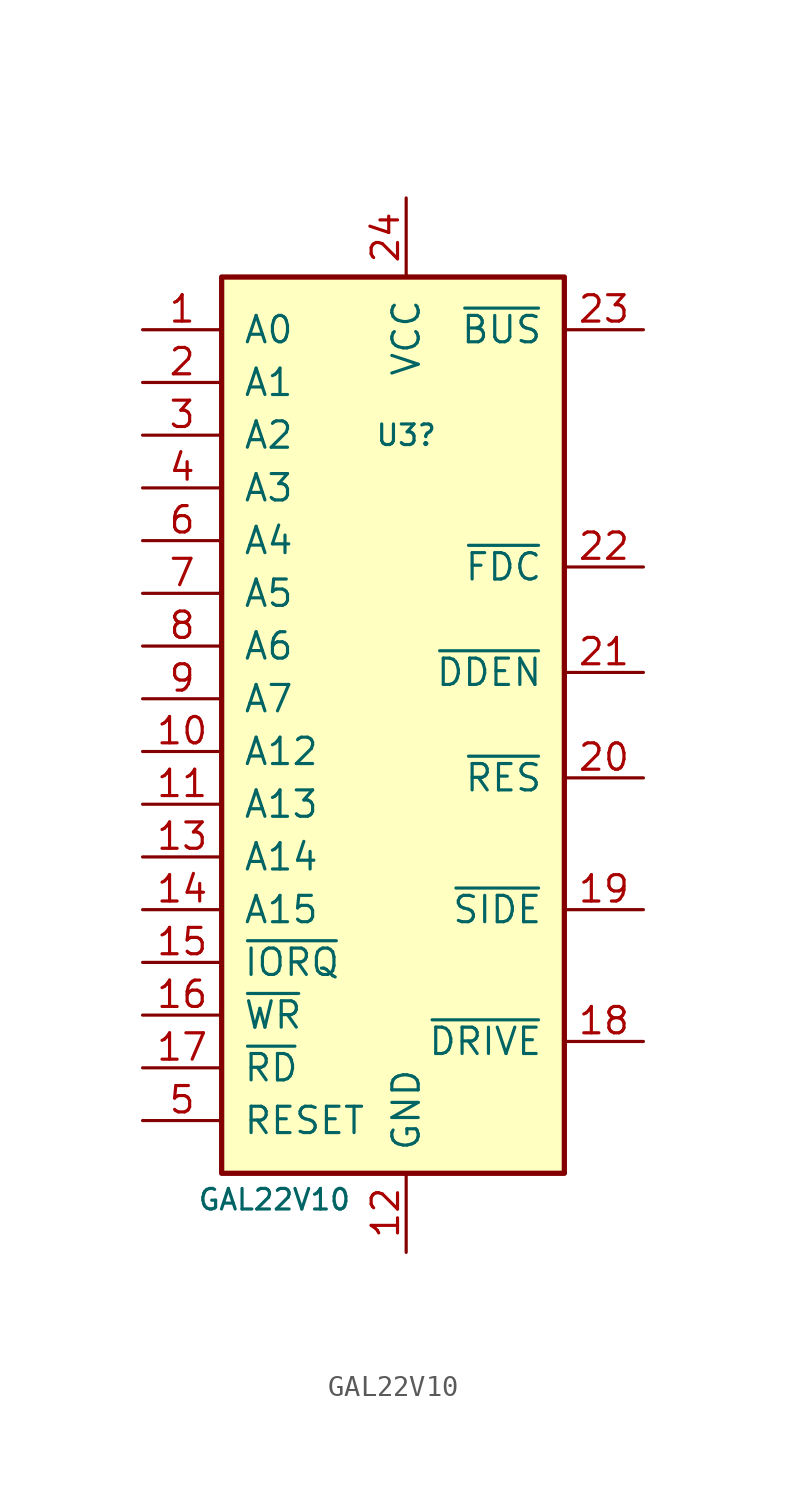
<source format=kicad_sym>
(kicad_symbol_lib
  (version 20220914)
  (generator kicad_symbol_editor)
  (symbol "GAL22V10"
    (pin_names
      (offset 1.016))
    (property "Reference" "U3"
      (at 0 7.62 0)
      (effects (font (size 0.991 0.991))))
    (property "Value" "GAL22V10"
      (at -6.35 -29.21 0)
      (effects (font (size 0.991 0.991))))
    (symbol "GAL22V10_0_0"
      (pin power_in line (at 0 -31.75 90) (length 3.81) (name "GND" (effects (font (size 1.27 1.27)))) (number "12" (effects (font (size 1.27 1.27)))))
      (pin power_in line (at 0 19.05 270) (length 3.81) (name "VCC" (effects (font (size 1.27 1.27)))) (number "24" (effects (font (size 1.27 1.27))))))
    (symbol "GAL22V10_0_1"
      (rectangle (start -8.89 15.24) (end 7.62 -27.94) (stroke (width 0.254) (type default)) (fill (type background))))
    (symbol "GAL22V10_1_1"
      (pin input line (at -12.7 12.7 0) (length 3.81) (name "A0" (effects (font (size 1.27 1.27)))) (number "1" (effects (font (size 1.27 1.27)))))
      (pin input line (at -12.7 -7.62 0) (length 3.81) (name "A12" (effects (font (size 1.27 1.27)))) (number "10" (effects (font (size 1.27 1.27)))))
      (pin input line (at -12.7 -10.16 0) (length 3.81) (name "A13" (effects (font (size 1.27 1.27)))) (number "11" (effects (font (size 1.27 1.27)))))
      (pin input line (at -12.7 -12.7 0) (length 3.81) (name "A14" (effects (font (size 1.27 1.27)))) (number "13" (effects (font (size 1.27 1.27)))))
      (pin input line (at -12.7 -15.24 0) (length 3.81) (name "A15" (effects (font (size 1.27 1.27)))) (number "14" (effects (font (size 1.27 1.27)))))
      (pin input line (at -12.7 -17.78 0) (length 3.81) (name "~{IORQ}" (effects (font (size 1.27 1.27)))) (number "15" (effects (font (size 1.27 1.27)))))
      (pin input line (at -12.7 -20.32 0) (length 3.81) (name "~{WR}" (effects (font (size 1.27 1.27)))) (number "16" (effects (font (size 1.27 1.27)))))
      (pin input line (at -12.7 -22.86 0) (length 3.81) (name "~{RD}" (effects (font (size 1.27 1.27)))) (number "17" (effects (font (size 1.27 1.27)))))
      (pin output line (at 11.43 -21.59 180) (length 3.81) (name "~{DRIVE}" (effects (font (size 1.27 1.27)))) (number "18" (effects (font (size 1.27 1.27)))))
      (pin output line (at 11.43 -15.24 180) (length 3.81) (name "~{SIDE}" (effects (font (size 1.27 1.27)))) (number "19" (effects (font (size 1.27 1.27)))))
      (pin input line (at -12.7 10.16 0) (length 3.81) (name "A1" (effects (font (size 1.27 1.27)))) (number "2" (effects (font (size 1.27 1.27)))))
      (pin output line (at 11.43 -8.89 180) (length 3.81) (name "~{RES}" (effects (font (size 1.27 1.27)))) (number "20" (effects (font (size 1.27 1.27)))))
      (pin output line (at 11.43 -3.81 180) (length 3.81) (name "~{DDEN}" (effects (font (size 1.27 1.27)))) (number "21" (effects (font (size 1.27 1.27)))))
      (pin output line (at 11.43 1.27 180) (length 3.81) (name "~{FDC}" (effects (font (size 1.27 1.27)))) (number "22" (effects (font (size 1.27 1.27)))))
      (pin output line (at 11.43 12.7 180) (length 3.81) (name "~{BUS}" (effects (font (size 1.27 1.27)))) (number "23" (effects (font (size 1.27 1.27)))))
      (pin input line (at -12.7 7.62 0) (length 3.81) (name "A2" (effects (font (size 1.27 1.27)))) (number "3" (effects (font (size 1.27 1.27)))))
      (pin input line (at -12.7 5.08 0) (length 3.81) (name "A3" (effects (font (size 1.27 1.27)))) (number "4" (effects (font (size 1.27 1.27)))))
      (pin input line (at -12.7 -25.4 0) (length 3.81) (name "RESET" (effects (font (size 1.27 1.27)))) (number "5" (effects (font (size 1.27 1.27)))))
      (pin input line (at -12.7 2.54 0) (length 3.81) (name "A4" (effects (font (size 1.27 1.27)))) (number "6" (effects (font (size 1.27 1.27)))))
      (pin input line (at -12.7 0 0) (length 3.81) (name "A5" (effects (font (size 1.27 1.27)))) (number "7" (effects (font (size 1.27 1.27)))))
      (pin input line (at -12.7 -2.54 0) (length 3.81) (name "A6" (effects (font (size 1.27 1.27)))) (number "8" (effects (font (size 1.27 1.27)))))
      (pin input line (at -12.7 -5.08 0) (length 3.81) (name "A7" (effects (font (size 1.27 1.27)))) (number "9" (effects (font (size 1.27 1.27))))))))
</source>
